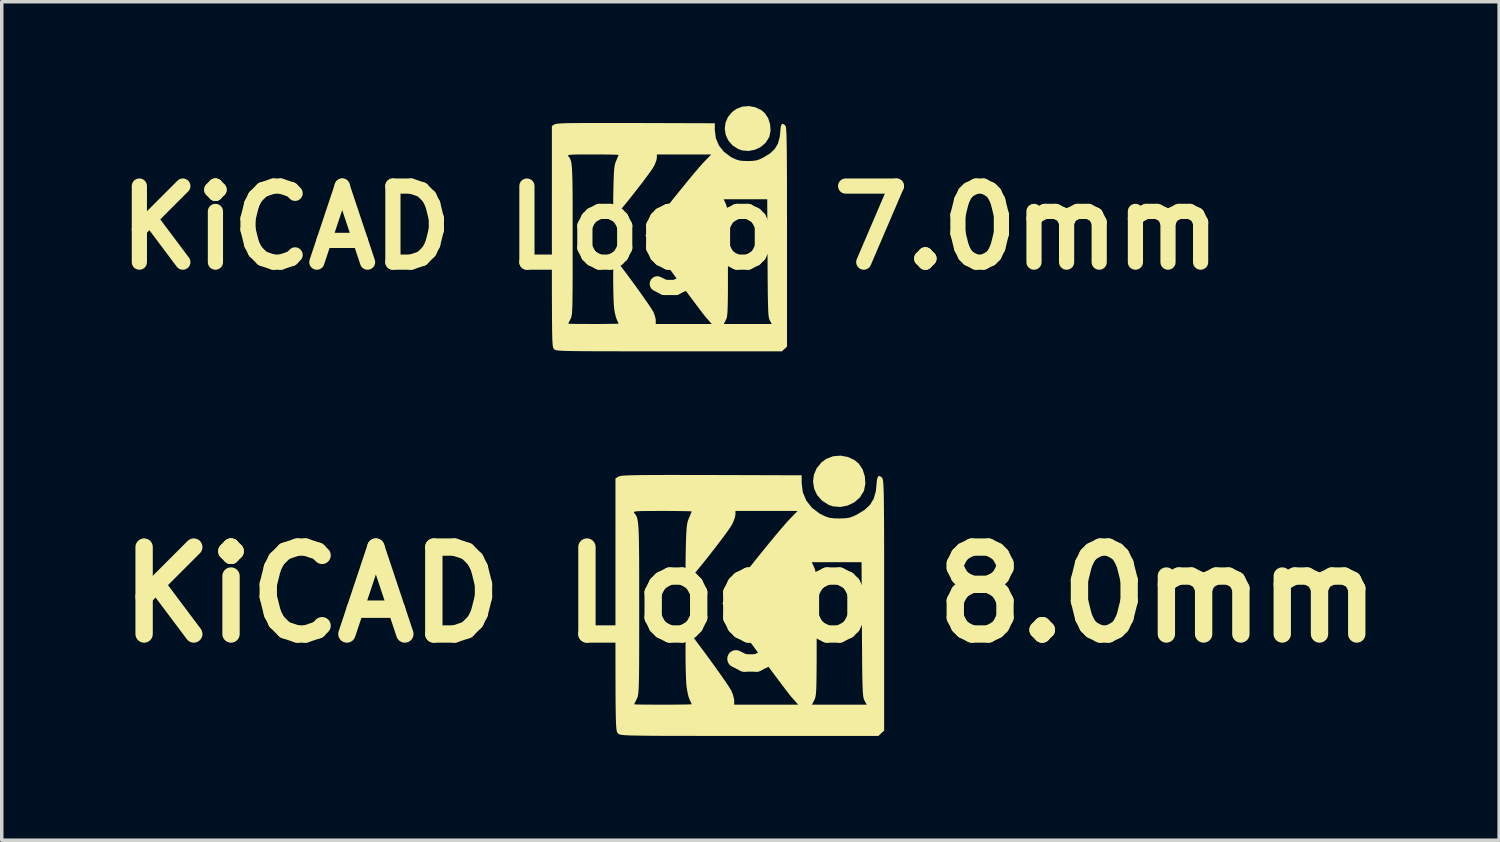
<source format=kicad_pcb>
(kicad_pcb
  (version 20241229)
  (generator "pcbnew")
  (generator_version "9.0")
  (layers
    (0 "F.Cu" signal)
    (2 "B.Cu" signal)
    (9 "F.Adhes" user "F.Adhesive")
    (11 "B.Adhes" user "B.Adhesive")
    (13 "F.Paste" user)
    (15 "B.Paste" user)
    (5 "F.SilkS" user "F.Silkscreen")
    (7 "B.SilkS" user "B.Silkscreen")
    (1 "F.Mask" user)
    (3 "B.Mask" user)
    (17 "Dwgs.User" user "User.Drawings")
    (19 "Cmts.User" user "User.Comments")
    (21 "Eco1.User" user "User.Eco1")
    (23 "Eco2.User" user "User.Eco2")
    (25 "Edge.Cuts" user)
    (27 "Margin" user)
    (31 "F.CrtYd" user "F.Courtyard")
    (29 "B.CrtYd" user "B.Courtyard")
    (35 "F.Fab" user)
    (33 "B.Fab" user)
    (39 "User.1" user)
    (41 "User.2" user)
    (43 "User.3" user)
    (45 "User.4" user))
  (footprint "KiCAD Logo 8.0mm"
    (layer "F.Cu")
    (at 18.527 14.049)
    (property "Reference" "KiCAD Logo 8.0mm" (at 0 0 180) (layer "F.SilkS") (effects (font (size 2.499 2.499) (thickness 0.499))))
    (attr board_only exclude_from_pos_files exclude_from_bom)
    (fp_poly (pts (xy 2.805 -3.959) (xy 2.998 -3.867) (xy 3.116 -3.767) (xy 3.225 -3.603) (xy 3.289 -3.403) (xy 3.305 -3.193) (xy 3.267 -2.997) (xy 3.257 -2.973) (xy 3.145 -2.793) (xy 2.985 -2.654) (xy 2.792 -2.562) (xy 2.583 -2.522) (xy 2.372 -2.54) (xy 2.246 -2.584) (xy 2.055 -2.707) (xy 1.916 -2.867) (xy 1.831 -3.052) (xy 1.8 -3.25) (xy 1.825 -3.448) (xy 1.904 -3.636) (xy 2.04 -3.802) (xy 2.177 -3.903) (xy 2.375 -3.98) (xy 2.591 -3.998)) (stroke (width 0) (type solid)) (fill yes) (layer "F.SilkS"))
    (fp_poly (pts (xy -1.881 -3.442) (xy -1.418 -3.441) (xy -1.122 -3.441) (xy 1.473 -3.433) (xy 1.473 -3.207) (xy 1.507 -2.943) (xy 1.606 -2.707) (xy 1.766 -2.502) (xy 1.984 -2.336) (xy 2.056 -2.297) (xy 2.177 -2.241) (xy 2.284 -2.209) (xy 2.408 -2.195) (xy 2.552 -2.192) (xy 2.713 -2.196) (xy 2.834 -2.212) (xy 2.942 -2.247) (xy 3.051 -2.298) (xy 3.277 -2.433) (xy 3.439 -2.584) (xy 3.546 -2.762) (xy 3.606 -2.979) (xy 3.622 -3.135) (xy 3.637 -3.293) (xy 3.661 -3.385) (xy 3.698 -3.416) (xy 3.752 -3.391) (xy 3.789 -3.358) (xy 3.798 -3.343) (xy 3.806 -3.316) (xy 3.813 -3.272) (xy 3.82 -3.207) (xy 3.825 -3.118) (xy 3.83 -3) (xy 3.834 -2.848) (xy 3.837 -2.66) (xy 3.839 -2.43) (xy 3.841 -2.155) (xy 3.843 -1.83) (xy 3.844 -1.451) (xy 3.845 -1.015) (xy 3.845 -0.516) (xy 3.845 0.048) (xy 3.845 0.302) (xy 3.845 3.905) (xy 3.762 3.983) (xy 3.679 4.061) (xy -0.029 4.061) (xy -0.626 4.061) (xy -1.156 4.061) (xy -1.622 4.06) (xy -2.028 4.06) (xy -2.38 4.059) (xy -2.68 4.058) (xy -2.933 4.056) (xy -3.144 4.053) (xy -3.316 4.05) (xy -3.454 4.047) (xy -3.561 4.042) (xy -3.643 4.037) (xy -3.702 4.03) (xy -3.744 4.023) (xy -3.772 4.014) (xy -3.791 4.004) (xy -3.805 3.993) (xy -3.809 3.989) (xy -3.821 3.976) (xy -3.831 3.959) (xy -3.84 3.935) (xy -3.848 3.898) (xy -3.855 3.845) (xy -3.861 3.771) (xy -3.866 3.672) (xy -3.87 3.545) (xy -3.873 3.384) (xy -3.876 3.186) (xy -3.878 2.945) (xy -3.879 2.66) (xy -3.88 2.324) (xy -3.881 1.933) (xy -3.881 1.484) (xy -3.881 0.973) (xy -3.881 0.394) (xy -3.881 0.288) (xy -3.881 -2.364) (xy -3.35 -2.364) (xy -3.337 -2.345) (xy -3.31 -2.312) (xy -3.287 -2.277) (xy -3.268 -2.236) (xy -3.251 -2.182) (xy -3.238 -2.111) (xy -3.227 -2.017) (xy -3.218 -1.896) (xy -3.211 -1.741) (xy -3.206 -1.548) (xy -3.203 -1.312) (xy -3.2 -1.027) (xy -3.199 -0.688) (xy -3.199 -0.29) (xy -3.198 0.173) (xy -3.198 0.389) (xy -3.198 0.871) (xy -3.199 1.286) (xy -3.199 1.64) (xy -3.2 1.938) (xy -3.202 2.185) (xy -3.205 2.387) (xy -3.208 2.549) (xy -3.213 2.675) (xy -3.219 2.773) (xy -3.226 2.846) (xy -3.235 2.9) (xy -3.245 2.941) (xy -3.257 2.973) (xy -3.27 3.001) (xy -3.314 3.088) (xy -3.339 3.144) (xy -3.342 3.152) (xy -3.308 3.155) (xy -3.212 3.158) (xy -3.064 3.16) (xy -2.874 3.161) (xy -2.653 3.162) (xy -2.516 3.162) (xy -2.28 3.162) (xy -2.071 3.16) (xy -1.898 3.158) (xy -1.771 3.155) (xy -1.7 3.152) (xy -1.689 3.15) (xy -1.703 3.113) (xy -1.739 3.037) (xy -1.748 3.02) (xy -1.782 2.924) (xy -1.814 2.786) (xy -1.836 2.646) (xy -1.846 2.527) (xy -1.854 2.366) (xy -1.86 2.173) (xy -1.864 1.963) (xy -1.866 1.746) (xy -1.866 1.536) (xy -1.864 1.344) (xy -1.86 1.182) (xy -1.854 1.064) (xy -1.845 1.001) (xy -1.842 0.994) (xy -1.814 1.017) (xy -1.752 1.09) (xy -1.66 1.205) (xy -1.547 1.354) (xy -1.417 1.527) (xy -1.277 1.716) (xy -1.133 1.913) (xy -0.992 2.109) (xy -0.86 2.295) (xy -0.742 2.463) (xy -0.646 2.604) (xy -0.578 2.711) (xy -0.549 2.761) (xy -0.5 2.883) (xy -0.471 3.002) (xy -0.467 3.043) (xy -0.467 3.162) (xy 0.452 3.162) (xy 1.372 3.162) (xy 1.175 2.938) (xy 1.124 2.875) (xy 1.037 2.762) (xy 0.919 2.607) (xy 0.776 2.416) (xy 0.613 2.199) (xy 0.437 1.962) (xy 0.254 1.714) (xy 0.068 1.462) (xy -0.114 1.215) (xy -0.287 0.979) (xy -0.445 0.763) (xy -0.581 0.575) (xy -0.691 0.421) (xy -0.769 0.311) (xy -0.805 0.257) (xy -0.789 0.221) (xy -0.733 0.137) (xy -0.641 0.011) (xy -0.52 -0.149) (xy -0.376 -0.337) (xy -0.213 -0.545) (xy -0.038 -0.767) (xy 0.095 -0.934) (xy 1.764 -0.934) (xy 1.834 -0.782) (xy 1.85 -0.743) (xy 1.863 -0.7) (xy 1.874 -0.646) (xy 1.882 -0.574) (xy 1.889 -0.478) (xy 1.894 -0.352) (xy 1.898 -0.188) (xy 1.901 0.019) (xy 1.902 0.276) (xy 1.903 0.59) (xy 1.904 0.966) (xy 1.904 1.133) (xy 1.904 1.536) (xy 1.904 1.874) (xy 1.902 2.152) (xy 1.9 2.378) (xy 1.897 2.557) (xy 1.893 2.696) (xy 1.887 2.802) (xy 1.879 2.881) (xy 1.869 2.938) (xy 1.857 2.982) (xy 1.843 3.017) (xy 1.837 3.029) (xy 1.769 3.162) (xy 2.556 3.162) (xy 3.344 3.162) (xy 3.28 3.046) (xy 3.266 3.015) (xy 3.254 2.976) (xy 3.244 2.922) (xy 3.236 2.848) (xy 3.229 2.746) (xy 3.224 2.612) (xy 3.219 2.44) (xy 3.215 2.222) (xy 3.212 1.954) (xy 3.21 1.629) (xy 3.207 1.242) (xy 3.206 0.997) (xy 3.195 -0.934) (xy 2.48 -0.934) (xy 1.764 -0.934) (xy 0.095 -0.934) (xy 0.144 -0.996) (xy 0.328 -1.224) (xy 0.508 -1.446) (xy 0.679 -1.653) (xy 0.835 -1.839) (xy 0.97 -1.997) (xy 1.079 -2.12) (xy 1.137 -2.182) (xy 1.357 -2.408) (xy 0.463 -2.408) (xy -0.431 -2.408) (xy -0.431 -2.304) (xy -0.448 -2.215) (xy -0.492 -2.096) (xy -0.53 -2.016) (xy -0.58 -1.936) (xy -0.663 -1.817) (xy -0.772 -1.667) (xy -0.901 -1.496) (xy -1.043 -1.312) (xy -1.191 -1.122) (xy -1.339 -0.936) (xy -1.48 -0.762) (xy -1.607 -0.608) (xy -1.714 -0.483) (xy -1.793 -0.395) (xy -1.839 -0.353) (xy -1.847 -0.351) (xy -1.855 -0.391) (xy -1.861 -0.493) (xy -1.865 -0.648) (xy -1.866 -0.846) (xy -1.863 -1.078) (xy -1.861 -1.201) (xy -1.855 -1.472) (xy -1.848 -1.682) (xy -1.84 -1.841) (xy -1.83 -1.96) (xy -1.817 -2.05) (xy -1.799 -2.121) (xy -1.776 -2.184) (xy -1.766 -2.207) (xy -1.723 -2.307) (xy -1.695 -2.376) (xy -1.689 -2.394) (xy -1.723 -2.398) (xy -1.82 -2.401) (xy -1.968 -2.404) (xy -2.158 -2.406) (xy -2.381 -2.408) (xy -2.539 -2.408) (xy -2.807 -2.407) (xy -3.011 -2.406) (xy -3.159 -2.404) (xy -3.259 -2.399) (xy -3.319 -2.391) (xy -3.346 -2.38) (xy -3.35 -2.364) (xy -3.881 -2.364) (xy -3.881 -3.34) (xy -3.799 -3.394) (xy -3.776 -3.404) (xy -3.737 -3.413) (xy -3.678 -3.421) (xy -3.593 -3.427) (xy -3.478 -3.432) (xy -3.328 -3.436) (xy -3.138 -3.439) (xy -2.903 -3.441) (xy -2.618 -3.442) (xy -2.279 -3.443)) (stroke (width 0) (type solid)) (fill yes) (layer "F.SilkS")))
  (footprint "KiCAD Logo 7.0mm"
    (layer "F.Cu")
    (at 16.214 3.498)
    (property "Reference" "KiCAD Logo 7.0mm" (at 0 0 180) (layer "F.SilkS") (effects (font (size 2.187 2.187) (thickness 0.437))))
    (attr board_only exclude_from_pos_files exclude_from_bom)
    (fp_poly (pts (xy 2.454 -3.464) (xy 2.624 -3.383) (xy 2.726 -3.296) (xy 2.822 -3.152) (xy 2.878 -2.978) (xy 2.892 -2.794) (xy 2.859 -2.623) (xy 2.85 -2.601) (xy 2.752 -2.444) (xy 2.612 -2.323) (xy 2.443 -2.242) (xy 2.26 -2.207) (xy 2.075 -2.223) (xy 1.965 -2.261) (xy 1.798 -2.368) (xy 1.677 -2.508) (xy 1.602 -2.67) (xy 1.575 -2.843) (xy 1.596 -3.017) (xy 1.666 -3.182) (xy 1.785 -3.326) (xy 1.905 -3.415) (xy 2.078 -3.482) (xy 2.267 -3.498)) (stroke (width 0) (type solid)) (fill yes) (layer "F.SilkS"))
    (fp_poly (pts (xy -1.645 -3.012) (xy -1.241 -3.011) (xy -0.982 -3.011) (xy 1.289 -3.004) (xy 1.289 -2.806) (xy 1.319 -2.575) (xy 1.405 -2.368) (xy 1.545 -2.189) (xy 1.736 -2.044) (xy 1.799 -2.009) (xy 1.905 -1.961) (xy 1.999 -1.933) (xy 2.107 -1.921) (xy 2.233 -1.918) (xy 2.374 -1.922) (xy 2.479 -1.936) (xy 2.574 -1.966) (xy 2.67 -2.011) (xy 2.867 -2.129) (xy 3.01 -2.261) (xy 3.103 -2.417) (xy 3.155 -2.607) (xy 3.17 -2.744) (xy 3.182 -2.882) (xy 3.203 -2.962) (xy 3.235 -2.989) (xy 3.283 -2.967) (xy 3.315 -2.938) (xy 3.323 -2.925) (xy 3.33 -2.901) (xy 3.337 -2.863) (xy 3.342 -2.806) (xy 3.347 -2.728) (xy 3.351 -2.625) (xy 3.354 -2.492) (xy 3.357 -2.327) (xy 3.359 -2.126) (xy 3.361 -1.885) (xy 3.363 -1.601) (xy 3.363 -1.27) (xy 3.364 -0.888) (xy 3.364 -0.452) (xy 3.365 0.042) (xy 3.365 0.264) (xy 3.365 3.416) (xy 3.292 3.485) (xy 3.219 3.553) (xy -0.026 3.553) (xy -0.548 3.553) (xy -1.011 3.553) (xy -1.419 3.553) (xy -1.775 3.552) (xy -2.082 3.552) (xy -2.345 3.55) (xy -2.567 3.549) (xy -2.751 3.547) (xy -2.902 3.544) (xy -3.022 3.541) (xy -3.116 3.537) (xy -3.187 3.532) (xy -3.24 3.526) (xy -3.276 3.52) (xy -3.301 3.512) (xy -3.317 3.504) (xy -3.329 3.494) (xy -3.333 3.49) (xy -3.343 3.479) (xy -3.352 3.465) (xy -3.36 3.443) (xy -3.367 3.411) (xy -3.373 3.364) (xy -3.378 3.3) (xy -3.383 3.213) (xy -3.386 3.102) (xy -3.389 2.961) (xy -3.391 2.787) (xy -3.393 2.577) (xy -3.394 2.327) (xy -3.395 2.033) (xy -3.396 1.692) (xy -3.396 1.299) (xy -3.396 0.851) (xy -3.396 0.345) (xy -3.396 0.252) (xy -3.396 -2.069) (xy -2.931 -2.069) (xy -2.92 -2.052) (xy -2.896 -2.023) (xy -2.876 -1.992) (xy -2.859 -1.956) (xy -2.845 -1.909) (xy -2.833 -1.847) (xy -2.823 -1.765) (xy -2.816 -1.659) (xy -2.81 -1.523) (xy -2.805 -1.355) (xy -2.802 -1.148) (xy -2.8 -0.898) (xy -2.799 -0.602) (xy -2.799 -0.253) (xy -2.799 0.151) (xy -2.799 0.341) (xy -2.799 0.762) (xy -2.799 1.125) (xy -2.799 1.435) (xy -2.8 1.696) (xy -2.802 1.912) (xy -2.804 2.088) (xy -2.807 2.23) (xy -2.811 2.341) (xy -2.816 2.426) (xy -2.823 2.49) (xy -2.83 2.538) (xy -2.839 2.573) (xy -2.85 2.602) (xy -2.861 2.626) (xy -2.9 2.702) (xy -2.922 2.751) (xy -2.924 2.758) (xy -2.894 2.761) (xy -2.81 2.763) (xy -2.681 2.765) (xy -2.515 2.766) (xy -2.321 2.767) (xy -2.201 2.767) (xy -1.995 2.767) (xy -1.812 2.765) (xy -1.661 2.763) (xy -1.55 2.761) (xy -1.488 2.758) (xy -1.478 2.756) (xy -1.491 2.724) (xy -1.522 2.658) (xy -1.529 2.643) (xy -1.559 2.558) (xy -1.587 2.438) (xy -1.606 2.316) (xy -1.615 2.211) (xy -1.622 2.07) (xy -1.627 1.902) (xy -1.631 1.717) (xy -1.633 1.528) (xy -1.633 1.344) (xy -1.631 1.176) (xy -1.628 1.034) (xy -1.622 0.931) (xy -1.615 0.876) (xy -1.612 0.87) (xy -1.587 0.89) (xy -1.533 0.954) (xy -1.453 1.055) (xy -1.353 1.185) (xy -1.24 1.336) (xy -1.117 1.502) (xy -0.991 1.674) (xy -0.868 1.845) (xy -0.752 2.008) (xy -0.65 2.155) (xy -0.566 2.279) (xy -0.506 2.372) (xy -0.48 2.416) (xy -0.437 2.523) (xy -0.412 2.627) (xy -0.409 2.662) (xy -0.409 2.767) (xy 0.396 2.767) (xy 1.2 2.767) (xy 1.028 2.571) (xy 0.984 2.516) (xy 0.907 2.417) (xy 0.804 2.281) (xy 0.679 2.114) (xy 0.537 1.924) (xy 0.383 1.717) (xy 0.222 1.5) (xy 0.059 1.28) (xy -0.1 1.063) (xy -0.251 0.857) (xy -0.389 0.668) (xy -0.509 0.503) (xy -0.605 0.369) (xy -0.673 0.272) (xy -0.705 0.225) (xy -0.69 0.193) (xy -0.641 0.12) (xy -0.561 0.01) (xy -0.455 -0.13) (xy -0.329 -0.295) (xy -0.187 -0.477) (xy -0.033 -0.671) (xy 0.083 -0.818) (xy 1.544 -0.818) (xy 1.605 -0.684) (xy 1.618 -0.651) (xy 1.63 -0.613) (xy 1.639 -0.565) (xy 1.647 -0.503) (xy 1.653 -0.419) (xy 1.658 -0.308) (xy 1.661 -0.165) (xy 1.663 0.017) (xy 1.665 0.242) (xy 1.665 0.516) (xy 1.666 0.846) (xy 1.666 0.992) (xy 1.666 1.344) (xy 1.666 1.64) (xy 1.665 1.883) (xy 1.663 2.081) (xy 1.66 2.237) (xy 1.656 2.359) (xy 1.651 2.452) (xy 1.644 2.521) (xy 1.636 2.571) (xy 1.625 2.609) (xy 1.612 2.64) (xy 1.607 2.65) (xy 1.548 2.767) (xy 2.237 2.767) (xy 2.926 2.767) (xy 2.87 2.665) (xy 2.858 2.638) (xy 2.847 2.604) (xy 2.839 2.557) (xy 2.831 2.492) (xy 2.825 2.403) (xy 2.821 2.286) (xy 2.817 2.135) (xy 2.813 1.944) (xy 2.811 1.71) (xy 2.808 1.426) (xy 2.806 1.087) (xy 2.805 0.873) (xy 2.796 -0.818) (xy 2.17 -0.818) (xy 1.544 -0.818) (xy 0.083 -0.818) (xy 0.126 -0.871) (xy 0.287 -1.071) (xy 0.445 -1.265) (xy 0.594 -1.446) (xy 0.73 -1.609) (xy 0.848 -1.747) (xy 0.944 -1.855) (xy 0.995 -1.909) (xy 1.187 -2.107) (xy 0.405 -2.107) (xy -0.377 -2.107) (xy -0.377 -2.016) (xy -0.392 -1.938) (xy -0.43 -1.834) (xy -0.464 -1.764) (xy -0.507 -1.694) (xy -0.58 -1.59) (xy -0.676 -1.459) (xy -0.788 -1.309) (xy -0.913 -1.148) (xy -1.042 -0.982) (xy -1.172 -0.819) (xy -1.295 -0.666) (xy -1.406 -0.532) (xy -1.499 -0.422) (xy -1.569 -0.346) (xy -1.609 -0.309) (xy -1.616 -0.307) (xy -1.623 -0.342) (xy -1.629 -0.432) (xy -1.632 -0.567) (xy -1.632 -0.741) (xy -1.63 -0.943) (xy -1.628 -1.051) (xy -1.623 -1.288) (xy -1.617 -1.472) (xy -1.61 -1.611) (xy -1.601 -1.715) (xy -1.59 -1.794) (xy -1.574 -1.856) (xy -1.554 -1.911) (xy -1.545 -1.931) (xy -1.508 -2.018) (xy -1.483 -2.079) (xy -1.478 -2.095) (xy -1.508 -2.098) (xy -1.592 -2.101) (xy -1.722 -2.104) (xy -1.889 -2.106) (xy -2.084 -2.107) (xy -2.222 -2.107) (xy -2.456 -2.107) (xy -2.635 -2.106) (xy -2.764 -2.103) (xy -2.852 -2.099) (xy -2.904 -2.092) (xy -2.928 -2.082) (xy -2.931 -2.069) (xy -3.396 -2.069) (xy -3.396 -2.923) (xy -3.324 -2.97) (xy -3.304 -2.979) (xy -3.27 -2.987) (xy -3.218 -2.993) (xy -3.144 -2.999) (xy -3.043 -3.003) (xy -2.912 -3.007) (xy -2.745 -3.009) (xy -2.54 -3.011) (xy -2.291 -3.012) (xy -1.994 -3.012)) (stroke (width 0) (type solid)) (fill yes) (layer "F.SilkS")))
  (gr_rect
    (start -3 -3)
    (end 40.054 21.109)
    (stroke (width 0.1) (type default))
    (fill no)
    (layer "Edge.Cuts")))
</source>
